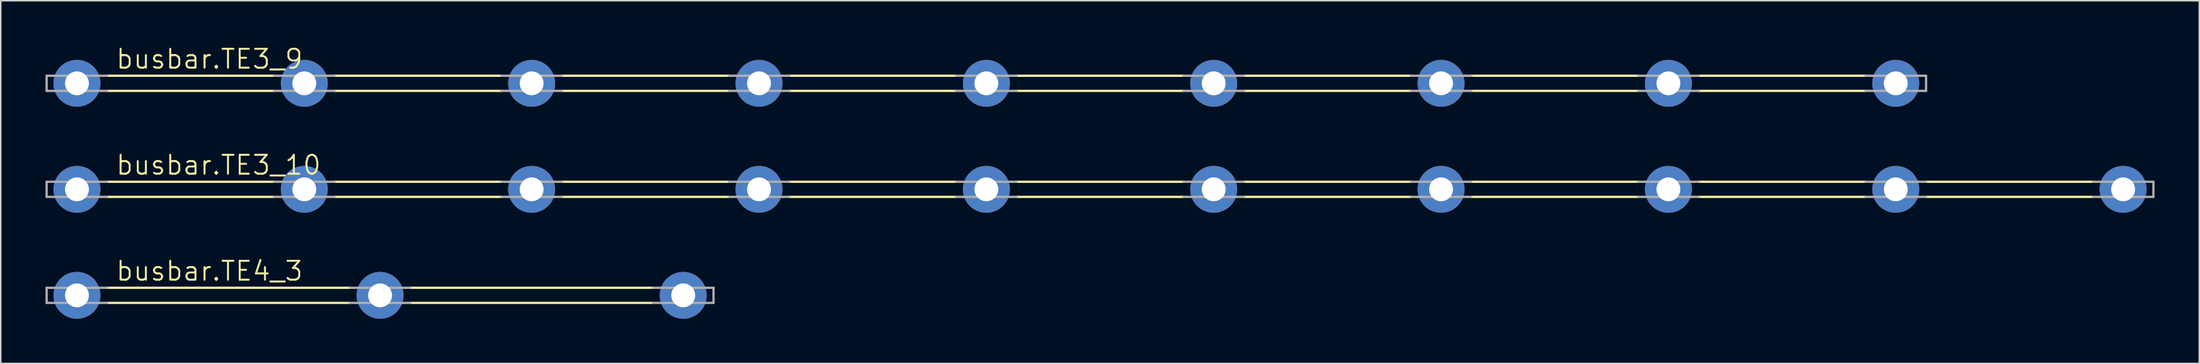
<source format=kicad_pcb>
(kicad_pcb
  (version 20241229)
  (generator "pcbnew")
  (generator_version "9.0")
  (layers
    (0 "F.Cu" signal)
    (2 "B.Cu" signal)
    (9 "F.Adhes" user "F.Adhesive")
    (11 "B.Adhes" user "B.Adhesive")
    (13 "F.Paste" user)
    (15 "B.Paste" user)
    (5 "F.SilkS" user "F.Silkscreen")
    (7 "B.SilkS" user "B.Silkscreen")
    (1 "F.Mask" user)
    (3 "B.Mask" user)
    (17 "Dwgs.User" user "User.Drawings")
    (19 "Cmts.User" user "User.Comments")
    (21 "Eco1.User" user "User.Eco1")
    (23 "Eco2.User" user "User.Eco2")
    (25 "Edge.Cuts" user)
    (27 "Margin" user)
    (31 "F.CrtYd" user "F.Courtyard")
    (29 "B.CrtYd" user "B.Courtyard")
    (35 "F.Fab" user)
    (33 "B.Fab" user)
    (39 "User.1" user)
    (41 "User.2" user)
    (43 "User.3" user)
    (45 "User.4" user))
  (footprint "busbar.TE3_9"
    (layer "F.Cu")
    (at 63.068 2.549)
    (property "Reference" "busbar.TE3_9" (at -58.42 -0.889 0) (layer "F.SilkS") (effects (font (size 1.27 1.27) (thickness 0.13)) (justify left bottom)))
    (attr through_hole)
    (fp_line (start -58.928 -0.508) (end -47.752 -0.508) (stroke (width 0.152) (type default)) (layer "F.SilkS"))
    (fp_line (start -58.928 0.508) (end -47.752 0.508) (stroke (width 0.152) (type default)) (layer "F.SilkS"))
    (fp_line (start -43.688 -0.508) (end -32.512 -0.508) (stroke (width 0.152) (type default)) (layer "F.SilkS"))
    (fp_line (start -43.688 0.508) (end -32.512 0.508) (stroke (width 0.152) (type default)) (layer "F.SilkS"))
    (fp_line (start -28.448 -0.508) (end -17.272 -0.508) (stroke (width 0.152) (type default)) (layer "F.SilkS"))
    (fp_line (start -28.448 0.508) (end -17.272 0.508) (stroke (width 0.152) (type default)) (layer "F.SilkS"))
    (fp_line (start -13.208 -0.508) (end -2.032 -0.508) (stroke (width 0.152) (type default)) (layer "F.SilkS"))
    (fp_line (start -13.208 0.508) (end -2.032 0.508) (stroke (width 0.152) (type default)) (layer "F.SilkS"))
    (fp_line (start 2.032 -0.508) (end 13.208 -0.508) (stroke (width 0.152) (type default)) (layer "F.SilkS"))
    (fp_line (start 2.032 0.508) (end 13.208 0.508) (stroke (width 0.152) (type default)) (layer "F.SilkS"))
    (fp_line (start 17.272 -0.508) (end 28.448 -0.508) (stroke (width 0.152) (type default)) (layer "F.SilkS"))
    (fp_line (start 17.272 0.508) (end 28.448 0.508) (stroke (width 0.152) (type default)) (layer "F.SilkS"))
    (fp_line (start 32.512 -0.508) (end 43.688 -0.508) (stroke (width 0.152) (type default)) (layer "F.SilkS"))
    (fp_line (start 32.512 0.508) (end 43.688 0.508) (stroke (width 0.152) (type default)) (layer "F.SilkS"))
    (fp_line (start 47.752 -0.508) (end 58.928 -0.508) (stroke (width 0.152) (type default)) (layer "F.SilkS"))
    (fp_line (start 47.752 0.508) (end 58.928 0.508) (stroke (width 0.152) (type default)) (layer "F.SilkS"))
    (fp_line (start -62.992 -0.508) (end -62.992 0.508) (stroke (width 0.152) (type default)) (layer "F.Fab"))
    (fp_line (start -62.992 0.508) (end -58.928 0.508) (stroke (width 0.152) (type default)) (layer "F.Fab"))
    (fp_line (start -58.928 -0.508) (end -62.992 -0.508) (stroke (width 0.152) (type default)) (layer "F.Fab"))
    (fp_line (start -47.752 0.508) (end -43.688 0.508) (stroke (width 0.152) (type default)) (layer "F.Fab"))
    (fp_line (start -43.688 -0.508) (end -47.752 -0.508) (stroke (width 0.152) (type default)) (layer "F.Fab"))
    (fp_line (start -28.448 -0.508) (end -32.512 -0.508) (stroke (width 0.152) (type default)) (layer "F.Fab"))
    (fp_line (start -28.448 0.508) (end -32.512 0.508) (stroke (width 0.152) (type default)) (layer "F.Fab"))
    (fp_line (start -17.272 0.508) (end -13.208 0.508) (stroke (width 0.152) (type default)) (layer "F.Fab"))
    (fp_line (start -13.208 -0.508) (end -17.272 -0.508) (stroke (width 0.152) (type default)) (layer "F.Fab"))
    (fp_line (start -2.032 0.508) (end 2.032 0.508) (stroke (width 0.152) (type default)) (layer "F.Fab"))
    (fp_line (start 2.032 -0.508) (end -2.032 -0.508) (stroke (width 0.152) (type default)) (layer "F.Fab"))
    (fp_line (start 17.272 -0.508) (end 13.208 -0.508) (stroke (width 0.152) (type default)) (layer "F.Fab"))
    (fp_line (start 17.272 0.508) (end 13.208 0.508) (stroke (width 0.152) (type default)) (layer "F.Fab"))
    (fp_line (start 28.448 0.508) (end 32.512 0.508) (stroke (width 0.152) (type default)) (layer "F.Fab"))
    (fp_line (start 32.512 -0.508) (end 28.448 -0.508) (stroke (width 0.152) (type default)) (layer "F.Fab"))
    (fp_line (start 43.688 0.508) (end 47.752 0.508) (stroke (width 0.152) (type default)) (layer "F.Fab"))
    (fp_line (start 47.752 -0.508) (end 43.688 -0.508) (stroke (width 0.152) (type default)) (layer "F.Fab"))
    (fp_line (start 62.992 -0.508) (end 58.928 -0.508) (stroke (width 0.152) (type default)) (layer "F.Fab"))
    (fp_line (start 62.992 -0.508) (end 62.992 0.508) (stroke (width 0.152) (type default)) (layer "F.Fab"))
    (fp_line (start 62.992 0.508) (end 58.928 0.508) (stroke (width 0.152) (type default)) (layer "F.Fab"))
    (pad "1" thru_hole circle (at -60.96 0) (size 3.15 3.15) (drill 1.6) (layers "*.Cu" "*.Mask"))
    (pad "2" thru_hole circle (at -45.72 0) (size 3.15 3.15) (drill 1.6) (layers "*.Cu" "*.Mask"))
    (pad "3" thru_hole circle (at -30.48 0) (size 3.15 3.15) (drill 1.6) (layers "*.Cu" "*.Mask"))
    (pad "4" thru_hole circle (at -15.24 0) (size 3.15 3.15) (drill 1.6) (layers "*.Cu" "*.Mask"))
    (pad "5" thru_hole circle (at 0 0) (size 3.15 3.15) (drill 1.6) (layers "*.Cu" "*.Mask"))
    (pad "6" thru_hole circle (at 15.24 0) (size 3.15 3.15) (drill 1.6) (layers "*.Cu" "*.Mask"))
    (pad "7" thru_hole circle (at 30.48 0) (size 3.15 3.15) (drill 1.6) (layers "*.Cu" "*.Mask"))
    (pad "8" thru_hole circle (at 45.72 0) (size 3.15 3.15) (drill 1.6) (layers "*.Cu" "*.Mask"))
    (pad "9" thru_hole circle (at 60.96 0) (size 3.15 3.15) (drill 1.6) (layers "*.Cu" "*.Mask")))
  (footprint "busbar.TE4_3"
    (layer "F.Cu")
    (at 22.428 16.797)
    (property "Reference" "busbar.TE4_3" (at -17.78 -0.889 0) (layer "F.SilkS") (effects (font (size 1.27 1.27) (thickness 0.13)) (justify left bottom)))
    (attr through_hole)
    (fp_line (start -18.288 -0.508) (end -2.032 -0.508) (stroke (width 0.152) (type default)) (layer "F.SilkS"))
    (fp_line (start -18.288 0.508) (end -2.032 0.508) (stroke (width 0.152) (type default)) (layer "F.SilkS"))
    (fp_line (start 2.032 -0.508) (end 18.288 -0.508) (stroke (width 0.152) (type default)) (layer "F.SilkS"))
    (fp_line (start 2.032 0.508) (end 18.288 0.508) (stroke (width 0.152) (type default)) (layer "F.SilkS"))
    (fp_line (start -22.352 -0.508) (end -22.352 0.508) (stroke (width 0.152) (type default)) (layer "F.Fab"))
    (fp_line (start -22.352 0.508) (end -18.288 0.508) (stroke (width 0.152) (type default)) (layer "F.Fab"))
    (fp_line (start -18.288 -0.508) (end -22.352 -0.508) (stroke (width 0.152) (type default)) (layer "F.Fab"))
    (fp_line (start -2.032 0.508) (end 2.032 0.508) (stroke (width 0.152) (type default)) (layer "F.Fab"))
    (fp_line (start 2.032 -0.508) (end -2.032 -0.508) (stroke (width 0.152) (type default)) (layer "F.Fab"))
    (fp_line (start 22.352 -0.508) (end 18.288 -0.508) (stroke (width 0.152) (type default)) (layer "F.Fab"))
    (fp_line (start 22.352 -0.508) (end 22.352 0.508) (stroke (width 0.152) (type default)) (layer "F.Fab"))
    (fp_line (start 22.352 0.508) (end 18.288 0.508) (stroke (width 0.152) (type default)) (layer "F.Fab"))
    (pad "1" thru_hole circle (at -20.32 0) (size 3.15 3.15) (drill 1.6) (layers "*.Cu" "*.Mask"))
    (pad "2" thru_hole circle (at 0 0) (size 3.15 3.15) (drill 1.6) (layers "*.Cu" "*.Mask"))
    (pad "3" thru_hole circle (at 20.32 0) (size 3.15 3.15) (drill 1.6) (layers "*.Cu" "*.Mask")))
  (footprint "busbar.TE3_10"
    (layer "F.Cu")
    (at 70.688 9.673)
    (property "Reference" "busbar.TE3_10" (at -66.04 -0.889 0) (layer "F.SilkS") (effects (font (size 1.27 1.27) (thickness 0.13)) (justify left bottom)))
    (attr through_hole)
    (fp_line (start -66.548 -0.508) (end -55.372 -0.508) (stroke (width 0.152) (type default)) (layer "F.SilkS"))
    (fp_line (start -66.548 0.508) (end -55.372 0.508) (stroke (width 0.152) (type default)) (layer "F.SilkS"))
    (fp_line (start -51.308 -0.508) (end -40.132 -0.508) (stroke (width 0.152) (type default)) (layer "F.SilkS"))
    (fp_line (start -51.308 0.508) (end -40.132 0.508) (stroke (width 0.152) (type default)) (layer "F.SilkS"))
    (fp_line (start -36.068 -0.508) (end -24.892 -0.508) (stroke (width 0.152) (type default)) (layer "F.SilkS"))
    (fp_line (start -36.068 0.508) (end -24.892 0.508) (stroke (width 0.152) (type default)) (layer "F.SilkS"))
    (fp_line (start -20.828 -0.508) (end -9.652 -0.508) (stroke (width 0.152) (type default)) (layer "F.SilkS"))
    (fp_line (start -20.828 0.508) (end -9.652 0.508) (stroke (width 0.152) (type default)) (layer "F.SilkS"))
    (fp_line (start -5.588 -0.508) (end 5.588 -0.508) (stroke (width 0.152) (type default)) (layer "F.SilkS"))
    (fp_line (start -5.588 0.508) (end 5.588 0.508) (stroke (width 0.152) (type default)) (layer "F.SilkS"))
    (fp_line (start 9.652 -0.508) (end 20.828 -0.508) (stroke (width 0.152) (type default)) (layer "F.SilkS"))
    (fp_line (start 9.652 0.508) (end 20.828 0.508) (stroke (width 0.152) (type default)) (layer "F.SilkS"))
    (fp_line (start 24.892 -0.508) (end 36.068 -0.508) (stroke (width 0.152) (type default)) (layer "F.SilkS"))
    (fp_line (start 24.892 0.508) (end 36.068 0.508) (stroke (width 0.152) (type default)) (layer "F.SilkS"))
    (fp_line (start 40.132 -0.508) (end 51.308 -0.508) (stroke (width 0.152) (type default)) (layer "F.SilkS"))
    (fp_line (start 40.132 0.508) (end 51.308 0.508) (stroke (width 0.152) (type default)) (layer "F.SilkS"))
    (fp_line (start 55.372 -0.508) (end 66.548 -0.508) (stroke (width 0.152) (type default)) (layer "F.SilkS"))
    (fp_line (start 55.372 0.508) (end 66.548 0.508) (stroke (width 0.152) (type default)) (layer "F.SilkS"))
    (fp_line (start -70.612 -0.508) (end -70.612 0.508) (stroke (width 0.152) (type default)) (layer "F.Fab"))
    (fp_line (start -70.612 0.508) (end -66.548 0.508) (stroke (width 0.152) (type default)) (layer "F.Fab"))
    (fp_line (start -66.548 -0.508) (end -70.612 -0.508) (stroke (width 0.152) (type default)) (layer "F.Fab"))
    (fp_line (start -55.372 0.508) (end -51.308 0.508) (stroke (width 0.152) (type default)) (layer "F.Fab"))
    (fp_line (start -51.308 -0.508) (end -55.372 -0.508) (stroke (width 0.152) (type default)) (layer "F.Fab"))
    (fp_line (start -36.068 -0.508) (end -40.132 -0.508) (stroke (width 0.152) (type default)) (layer "F.Fab"))
    (fp_line (start -36.068 0.508) (end -40.132 0.508) (stroke (width 0.152) (type default)) (layer "F.Fab"))
    (fp_line (start -24.892 0.508) (end -20.828 0.508) (stroke (width 0.152) (type default)) (layer "F.Fab"))
    (fp_line (start -20.828 -0.508) (end -24.892 -0.508) (stroke (width 0.152) (type default)) (layer "F.Fab"))
    (fp_line (start -9.652 0.508) (end -5.588 0.508) (stroke (width 0.152) (type default)) (layer "F.Fab"))
    (fp_line (start -5.588 -0.508) (end -9.652 -0.508) (stroke (width 0.152) (type default)) (layer "F.Fab"))
    (fp_line (start 9.652 -0.508) (end 5.588 -0.508) (stroke (width 0.152) (type default)) (layer "F.Fab"))
    (fp_line (start 9.652 0.508) (end 5.588 0.508) (stroke (width 0.152) (type default)) (layer "F.Fab"))
    (fp_line (start 20.828 0.508) (end 24.892 0.508) (stroke (width 0.152) (type default)) (layer "F.Fab"))
    (fp_line (start 24.892 -0.508) (end 20.828 -0.508) (stroke (width 0.152) (type default)) (layer "F.Fab"))
    (fp_line (start 36.068 0.508) (end 40.132 0.508) (stroke (width 0.152) (type default)) (layer "F.Fab"))
    (fp_line (start 40.132 -0.508) (end 36.068 -0.508) (stroke (width 0.152) (type default)) (layer "F.Fab"))
    (fp_line (start 55.372 -0.508) (end 51.308 -0.508) (stroke (width 0.152) (type default)) (layer "F.Fab"))
    (fp_line (start 55.372 0.508) (end 51.308 0.508) (stroke (width 0.152) (type default)) (layer "F.Fab"))
    (fp_line (start 70.612 -0.508) (end 66.548 -0.508) (stroke (width 0.152) (type default)) (layer "F.Fab"))
    (fp_line (start 70.612 -0.508) (end 70.612 0.508) (stroke (width 0.152) (type default)) (layer "F.Fab"))
    (fp_line (start 70.612 0.508) (end 66.548 0.508) (stroke (width 0.152) (type default)) (layer "F.Fab"))
    (pad "1" thru_hole circle (at -68.58 0) (size 3.15 3.15) (drill 1.6) (layers "*.Cu" "*.Mask"))
    (pad "2" thru_hole circle (at -53.34 0) (size 3.15 3.15) (drill 1.6) (layers "*.Cu" "*.Mask"))
    (pad "3" thru_hole circle (at -38.1 0) (size 3.15 3.15) (drill 1.6) (layers "*.Cu" "*.Mask"))
    (pad "4" thru_hole circle (at -22.86 0) (size 3.15 3.15) (drill 1.6) (layers "*.Cu" "*.Mask"))
    (pad "5" thru_hole circle (at -7.62 0) (size 3.15 3.15) (drill 1.6) (layers "*.Cu" "*.Mask"))
    (pad "6" thru_hole circle (at 7.62 0) (size 3.15 3.15) (drill 1.6) (layers "*.Cu" "*.Mask"))
    (pad "7" thru_hole circle (at 22.86 0) (size 3.15 3.15) (drill 1.6) (layers "*.Cu" "*.Mask"))
    (pad "8" thru_hole circle (at 38.1 0) (size 3.15 3.15) (drill 1.6) (layers "*.Cu" "*.Mask"))
    (pad "9" thru_hole circle (at 53.34 0) (size 3.15 3.15) (drill 1.6) (layers "*.Cu" "*.Mask"))
    (pad "10" thru_hole circle (at 68.58 0) (size 3.15 3.15) (drill 1.6) (layers "*.Cu" "*.Mask")))
  (gr_rect
    (start -3 -3)
    (end 144.376 21.371)
    (stroke (width 0.1) (type default))
    (fill no)
    (layer "Edge.Cuts")))
</source>
